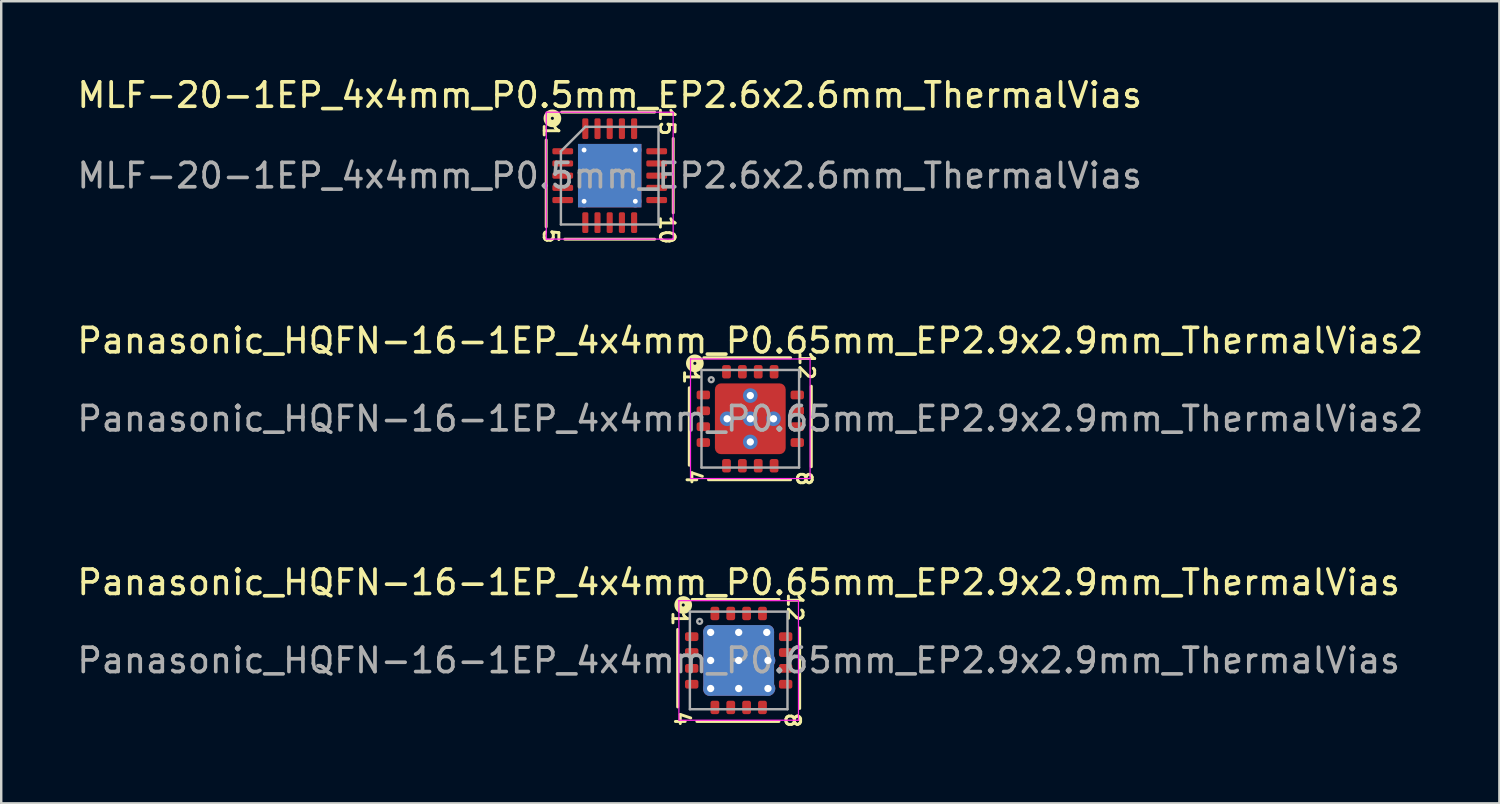
<source format=kicad_pcb>
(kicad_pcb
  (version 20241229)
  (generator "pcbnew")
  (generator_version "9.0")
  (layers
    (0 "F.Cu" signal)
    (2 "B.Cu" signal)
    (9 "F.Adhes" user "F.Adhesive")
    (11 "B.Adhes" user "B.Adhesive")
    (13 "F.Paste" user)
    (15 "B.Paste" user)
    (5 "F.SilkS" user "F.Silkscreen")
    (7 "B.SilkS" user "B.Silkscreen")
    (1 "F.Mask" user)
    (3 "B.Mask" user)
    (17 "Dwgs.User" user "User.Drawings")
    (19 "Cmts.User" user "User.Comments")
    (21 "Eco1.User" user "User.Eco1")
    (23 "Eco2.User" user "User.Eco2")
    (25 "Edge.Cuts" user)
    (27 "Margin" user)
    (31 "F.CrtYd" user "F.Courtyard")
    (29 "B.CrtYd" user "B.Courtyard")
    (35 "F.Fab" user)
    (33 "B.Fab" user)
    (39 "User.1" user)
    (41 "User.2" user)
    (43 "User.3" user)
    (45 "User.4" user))
  (footprint "MLF-20-1EP_4x4mm_P0.5mm_EP2.6x2.6mm_ThermalVias"
    (layer "F.Cu")
    (at 21.935 4.148)
    (property "Reference" "MLF-20-1EP_4x4mm_P0.5mm_EP2.6x2.6mm_ThermalVias" (at 0 -3.3 0) (layer "F.SilkS") (effects (font (size 1 1) (thickness 0.15))))
    (attr smd)
    (fp_line (start -2.603 2.095) (end -2.603 -1.46) (stroke (width 0.12) (type solid)) (layer "F.SilkS"))
    (fp_line (start -1.968 -2.603) (end 1.841 -2.603) (stroke (width 0.12) (type solid)) (layer "F.SilkS"))
    (fp_line (start 1.841 2.603) (end -1.841 2.603) (stroke (width 0.12) (type solid)) (layer "F.SilkS"))
    (fp_line (start 2.603 -1.524) (end 2.603 1.524) (stroke (width 0.12) (type solid)) (layer "F.SilkS"))
    (fp_circle (center -2.349 -2.349) (end -2.286 -2.349) (stroke (width 0.3) (type solid)) (fill no) (layer "F.SilkS"))
    (fp_line (start -2.6 -2.6) (end -2.6 2.6) (stroke (width 0.05) (type solid)) (layer "F.CrtYd"))
    (fp_line (start -2.6 2.6) (end 2.6 2.6) (stroke (width 0.05) (type solid)) (layer "F.CrtYd"))
    (fp_line (start 2.6 -2.6) (end -2.6 -2.6) (stroke (width 0.05) (type solid)) (layer "F.CrtYd"))
    (fp_line (start 2.6 2.6) (end 2.6 -2.6) (stroke (width 0.05) (type solid)) (layer "F.CrtYd"))
    (fp_line (start -2 -1) (end -1 -2) (stroke (width 0.1) (type solid)) (layer "F.Fab"))
    (fp_line (start -2 2) (end -2 -1) (stroke (width 0.1) (type solid)) (layer "F.Fab"))
    (fp_line (start -1 -2) (end 2 -2) (stroke (width 0.1) (type solid)) (layer "F.Fab"))
    (fp_line (start 2 -2) (end 2 2) (stroke (width 0.1) (type solid)) (layer "F.Fab"))
    (fp_line (start 2 2) (end -2 2) (stroke (width 0.1) (type solid)) (layer "F.Fab"))
    (fp_text user "15" (at 2.349 -2.223 270) (unlocked yes) (layer "F.SilkS") (effects (font (size 0.6 0.6) (thickness 0.12))))
    (fp_text user "10" (at 2.349 2.223 270) (unlocked yes) (layer "F.SilkS") (effects (font (size 0.6 0.6) (thickness 0.12))))
    (fp_text user "1" (at -2.413 -1.841 270) (unlocked yes) (layer "F.SilkS") (effects (font (size 0.6 0.6) (thickness 0.12))))
    (fp_text user "5" (at -2.413 2.477 270) (unlocked yes) (layer "F.SilkS") (effects (font (size 0.6 0.6) (thickness 0.12))))
    (fp_text user "${REFERENCE}" (at 0 0 0) (layer "F.Fab") (effects (font (size 1 1) (thickness 0.15))))
    (pad "" smd roundrect (at -0.65 -0.65) (size 1.13 1.13) (layers "F.Paste") (roundrect_rratio 0.221))
    (pad "" smd roundrect (at -0.65 0.65) (size 1.13 1.13) (layers "F.Paste") (roundrect_rratio 0.221))
    (pad "" smd roundrect (at 0.65 -0.65) (size 1.13 1.13) (layers "F.Paste") (roundrect_rratio 0.221))
    (pad "" smd roundrect (at 0.65 0.65) (size 1.13 1.13) (layers "F.Paste") (roundrect_rratio 0.221))
    (pad "1" smd roundrect (at -1.925 -1) (size 0.85 0.25) (layers "F.Cu" "F.Mask" "F.Paste") (roundrect_rratio 0.25))
    (pad "2" smd roundrect (at -1.925 -0.5) (size 0.85 0.25) (layers "F.Cu" "F.Mask" "F.Paste") (roundrect_rratio 0.25))
    (pad "3" smd roundrect (at -1.925 0) (size 0.85 0.25) (layers "F.Cu" "F.Mask" "F.Paste") (roundrect_rratio 0.25))
    (pad "4" smd roundrect (at -1.925 0.5) (size 0.85 0.25) (layers "F.Cu" "F.Mask" "F.Paste") (roundrect_rratio 0.25))
    (pad "5" smd roundrect (at -1.925 1) (size 0.85 0.25) (layers "F.Cu" "F.Mask" "F.Paste") (roundrect_rratio 0.25))
    (pad "6" smd roundrect (at -1 1.925) (size 0.25 0.85) (layers "F.Cu" "F.Mask" "F.Paste") (roundrect_rratio 0.25))
    (pad "7" smd roundrect (at -0.5 1.925) (size 0.25 0.85) (layers "F.Cu" "F.Mask" "F.Paste") (roundrect_rratio 0.25))
    (pad "8" smd roundrect (at 0 1.925) (size 0.25 0.85) (layers "F.Cu" "F.Mask" "F.Paste") (roundrect_rratio 0.25))
    (pad "9" smd roundrect (at 0.5 1.925) (size 0.25 0.85) (layers "F.Cu" "F.Mask" "F.Paste") (roundrect_rratio 0.25))
    (pad "10" smd roundrect (at 1 1.925) (size 0.25 0.85) (layers "F.Cu" "F.Mask" "F.Paste") (roundrect_rratio 0.25))
    (pad "11" smd roundrect (at 1.925 1) (size 0.85 0.25) (layers "F.Cu" "F.Mask" "F.Paste") (roundrect_rratio 0.25))
    (pad "12" smd roundrect (at 1.925 0.5) (size 0.85 0.25) (layers "F.Cu" "F.Mask" "F.Paste") (roundrect_rratio 0.25))
    (pad "13" smd roundrect (at 1.925 0) (size 0.85 0.25) (layers "F.Cu" "F.Mask" "F.Paste") (roundrect_rratio 0.25))
    (pad "14" smd roundrect (at 1.925 -0.5) (size 0.85 0.25) (layers "F.Cu" "F.Mask" "F.Paste") (roundrect_rratio 0.25))
    (pad "15" smd roundrect (at 1.925 -1) (size 0.85 0.25) (layers "F.Cu" "F.Mask" "F.Paste") (roundrect_rratio 0.25))
    (pad "16" smd roundrect (at 1 -1.925) (size 0.25 0.85) (layers "F.Cu" "F.Mask" "F.Paste") (roundrect_rratio 0.25))
    (pad "17" smd roundrect (at 0.5 -1.925) (size 0.25 0.85) (layers "F.Cu" "F.Mask" "F.Paste") (roundrect_rratio 0.25))
    (pad "18" smd roundrect (at 0 -1.925) (size 0.25 0.85) (layers "F.Cu" "F.Mask" "F.Paste") (roundrect_rratio 0.25))
    (pad "19" smd roundrect (at -0.5 -1.925) (size 0.25 0.85) (layers "F.Cu" "F.Mask" "F.Paste") (roundrect_rratio 0.25))
    (pad "20" smd roundrect (at -1 -1.925) (size 0.25 0.85) (layers "F.Cu" "F.Mask" "F.Paste") (roundrect_rratio 0.25))
    (pad "21" thru_hole circle (at -1.05 -1.05) (size 0.5 0.5) (drill 0.2) (layers "*.Cu"))
    (pad "21" thru_hole circle (at -1.05 1.05) (size 0.5 0.5) (drill 0.2) (layers "*.Cu"))
    (pad "21" smd rect (at 0 0) (size 2.6 2.6) (layers "F.Cu" "F.Mask"))
    (pad "21" smd rect (at 0 0) (size 2.6 2.6) (layers "B.Cu" "B.Mask"))
    (pad "21" thru_hole circle (at 1.05 -1.05) (size 0.5 0.5) (drill 0.2) (layers "*.Cu"))
    (pad "21" thru_hole circle (at 1.05 1.05) (size 0.5 0.5) (drill 0.2) (layers "*.Cu")))
  (footprint "Panasonic_HQFN-16-1EP_4x4mm_P0.65mm_EP2.9x2.9mm_ThermalVias"
    (layer "F.Cu")
    (at 27.22 24.014)
    (property "Reference" "Panasonic_HQFN-16-1EP_4x4mm_P0.65mm_EP2.9x2.9mm_ThermalVias" (at 0 -3.2 0) (layer "F.SilkS") (effects (font (size 1 1) (thickness 0.15))))
    (attr smd)
    (fp_line (start -2.5 -1.27) (end -2.5 1.905) (stroke (width 0.12) (type solid)) (layer "F.SilkS"))
    (fp_line (start -1.714 2.5) (end 1.651 2.5) (stroke (width 0.12) (type solid)) (layer "F.SilkS"))
    (fp_line (start 1.651 -2.5) (end -1.905 -2.5) (stroke (width 0.12) (type solid)) (layer "F.SilkS"))
    (fp_line (start 2.5 1.968) (end 2.5 -1.333) (stroke (width 0.12) (type solid)) (layer "F.SilkS"))
    (fp_circle (center -2.272 -2.272) (end -2.209 -2.272) (stroke (width 0.3) (type solid)) (fill no) (layer "F.SilkS"))
    (fp_line (start -2.45 -2.45) (end 2.45 -2.45) (stroke (width 0.05) (type solid)) (layer "F.CrtYd"))
    (fp_line (start -2.45 2.45) (end -2.45 -2.45) (stroke (width 0.05) (type solid)) (layer "F.CrtYd"))
    (fp_line (start -2.45 2.45) (end 2.45 2.45) (stroke (width 0.05) (type solid)) (layer "F.CrtYd"))
    (fp_line (start 2.45 -2.45) (end 2.45 2.45) (stroke (width 0.05) (type solid)) (layer "F.CrtYd"))
    (fp_line (start -2 -2) (end 2 -2) (stroke (width 0.1) (type solid)) (layer "F.Fab"))
    (fp_line (start -2 2) (end -2 -2) (stroke (width 0.1) (type solid)) (layer "F.Fab"))
    (fp_line (start 2 -2) (end 2 2) (stroke (width 0.1) (type solid)) (layer "F.Fab"))
    (fp_line (start 2 2) (end -2 2) (stroke (width 0.1) (type solid)) (layer "F.Fab"))
    (fp_circle (center -1.6 -1.6) (end -1.5 -1.6) (stroke (width 0.1) (type solid)) (fill no) (layer "F.Fab"))
    (fp_text user "4" (at -2.322 2.386 270) (unlocked yes) (layer "F.SilkS") (effects (font (size 0.6 0.6) (thickness 0.12))))
    (fp_text user "1" (at -2.422 -1.714 270) (unlocked yes) (layer "F.SilkS") (effects (font (size 0.6 0.6) (thickness 0.12))))
    (fp_text user "8" (at 2.209 2.45 270) (unlocked yes) (layer "F.SilkS") (effects (font (size 0.6 0.6) (thickness 0.12))))
    (fp_text user "12" (at 2.309 -2.182 270) (unlocked yes) (layer "F.SilkS") (effects (font (size 0.6 0.6) (thickness 0.12))))
    (fp_text user "${REFERENCE}" (at 0 0 0) (layer "F.Fab") (effects (font (size 1 1) (thickness 0.15))))
    (pad "" smd roundrect (at -0.725 -0.725) (size 1.05 1.05) (layers "F.Paste") (roundrect_rratio 0.238))
    (pad "" smd roundrect (at -0.725 0.725) (size 1.05 1.05) (layers "F.Paste") (roundrect_rratio 0.238))
    (pad "" smd roundrect (at 0.725 -0.725) (size 1.05 1.05) (layers "F.Paste") (roundrect_rratio 0.238))
    (pad "" smd roundrect (at 0.725 0.725) (size 1.05 1.05) (layers "F.Paste") (roundrect_rratio 0.238))
    (pad "1" smd roundrect (at -1.925 -0.975) (size 0.55 0.36) (layers "F.Cu" "F.Mask" "F.Paste") (roundrect_rratio 0.25))
    (pad "2" smd roundrect (at -1.925 -0.325) (size 0.55 0.36) (layers "F.Cu" "F.Mask" "F.Paste") (roundrect_rratio 0.25))
    (pad "3" smd roundrect (at -1.925 0.325) (size 0.55 0.36) (layers "F.Cu" "F.Mask" "F.Paste") (roundrect_rratio 0.25))
    (pad "4" smd roundrect (at -1.925 0.975) (size 0.55 0.36) (layers "F.Cu" "F.Mask" "F.Paste") (roundrect_rratio 0.25))
    (pad "5" smd roundrect (at -0.975 1.925) (size 0.36 0.55) (layers "F.Cu" "F.Mask" "F.Paste") (roundrect_rratio 0.25))
    (pad "6" smd roundrect (at -0.325 1.925) (size 0.36 0.55) (layers "F.Cu" "F.Mask" "F.Paste") (roundrect_rratio 0.25))
    (pad "7" smd roundrect (at 0.325 1.925) (size 0.36 0.55) (layers "F.Cu" "F.Mask" "F.Paste") (roundrect_rratio 0.25))
    (pad "8" smd roundrect (at 0.975 1.925) (size 0.36 0.55) (layers "F.Cu" "F.Mask" "F.Paste") (roundrect_rratio 0.25))
    (pad "9" smd roundrect (at 1.925 0.975) (size 0.55 0.36) (layers "F.Cu" "F.Mask" "F.Paste") (roundrect_rratio 0.25))
    (pad "10" smd roundrect (at 1.925 0.325) (size 0.55 0.36) (layers "F.Cu" "F.Mask" "F.Paste") (roundrect_rratio 0.25))
    (pad "11" smd roundrect (at 1.925 -0.325) (size 0.55 0.36) (layers "F.Cu" "F.Mask" "F.Paste") (roundrect_rratio 0.25))
    (pad "12" smd roundrect (at 1.925 -0.975) (size 0.55 0.36) (layers "F.Cu" "F.Mask" "F.Paste") (roundrect_rratio 0.25))
    (pad "13" smd roundrect (at 0.975 -1.925) (size 0.36 0.55) (layers "F.Cu" "F.Mask" "F.Paste") (roundrect_rratio 0.25))
    (pad "14" smd roundrect (at 0.325 -1.925) (size 0.36 0.55) (layers "F.Cu" "F.Mask" "F.Paste") (roundrect_rratio 0.25))
    (pad "15" smd roundrect (at -0.325 -1.925) (size 0.36 0.55) (layers "F.Cu" "F.Mask" "F.Paste") (roundrect_rratio 0.25))
    (pad "16" smd roundrect (at -0.975 -1.925) (size 0.36 0.55) (layers "F.Cu" "F.Mask" "F.Paste") (roundrect_rratio 0.25))
    (pad "17" thru_hole circle (at -1.15 -1.15) (size 0.6 0.6) (drill 0.3) (property pad_prop_heatsink) (layers "*.Cu"))
    (pad "17" thru_hole circle (at -1.15 0) (size 0.6 0.6) (drill 0.3) (property pad_prop_heatsink) (layers "*.Cu"))
    (pad "17" thru_hole circle (at -1.15 1.15) (size 0.6 0.6) (drill 0.3) (property pad_prop_heatsink) (layers "*.Cu"))
    (pad "17" thru_hole circle (at 0 -1.15) (size 0.6 0.6) (drill 0.3) (property pad_prop_heatsink) (layers "*.Cu"))
    (pad "17" thru_hole circle (at 0 0) (size 0.6 0.6) (drill 0.3) (property pad_prop_heatsink) (layers "*.Cu"))
    (pad "17" smd roundrect (at 0 0) (size 2.9 2.9) (layers "F.Cu" "F.Mask") (roundrect_rratio 0.086))
    (pad "17" smd roundrect (at 0 0) (size 2.9 2.9) (layers "B.Cu" "B.Mask") (roundrect_rratio 0.086))
    (pad "17" thru_hole circle (at 0 1.15) (size 0.6 0.6) (drill 0.3) (property pad_prop_heatsink) (layers "*.Cu"))
    (pad "17" thru_hole circle (at 1.15 -1.15) (size 0.6 0.6) (drill 0.3) (property pad_prop_heatsink) (layers "*.Cu"))
    (pad "17" thru_hole circle (at 1.2 0) (size 0.6 0.6) (drill 0.3) (property pad_prop_heatsink) (layers "*.Cu"))
    (pad "17" thru_hole circle (at 1.2 1.15) (size 0.6 0.6) (drill 0.3) (property pad_prop_heatsink) (layers "*.Cu")))
  (footprint "Panasonic_HQFN-16-1EP_4x4mm_P0.65mm_EP2.9x2.9mm_ThermalVias2"
    (layer "F.Cu")
    (at 27.696 14.11)
    (property "Reference" "Panasonic_HQFN-16-1EP_4x4mm_P0.65mm_EP2.9x2.9mm_ThermalVias2" (at 0 -3.2 0) (layer "F.SilkS") (effects (font (size 1 1) (thickness 0.15))))
    (attr smd)
    (fp_line (start -2.5 -1.27) (end -2.5 1.905) (stroke (width 0.12) (type solid)) (layer "F.SilkS"))
    (fp_line (start -1.714 2.5) (end 1.651 2.5) (stroke (width 0.12) (type solid)) (layer "F.SilkS"))
    (fp_line (start 1.651 -2.5) (end -1.905 -2.5) (stroke (width 0.12) (type solid)) (layer "F.SilkS"))
    (fp_line (start 2.5 1.968) (end 2.5 -1.333) (stroke (width 0.12) (type solid)) (layer "F.SilkS"))
    (fp_circle (center -2.272 -2.272) (end -2.209 -2.272) (stroke (width 0.3) (type solid)) (fill no) (layer "F.SilkS"))
    (fp_line (start -2.45 -2.45) (end 2.45 -2.45) (stroke (width 0.05) (type solid)) (layer "F.CrtYd"))
    (fp_line (start -2.45 2.45) (end -2.45 -2.45) (stroke (width 0.05) (type solid)) (layer "F.CrtYd"))
    (fp_line (start -2.45 2.45) (end 2.45 2.45) (stroke (width 0.05) (type solid)) (layer "F.CrtYd"))
    (fp_line (start 2.45 -2.45) (end 2.45 2.45) (stroke (width 0.05) (type solid)) (layer "F.CrtYd"))
    (fp_line (start -2 -2) (end 2 -2) (stroke (width 0.1) (type solid)) (layer "F.Fab"))
    (fp_line (start -2 2) (end -2 -2) (stroke (width 0.1) (type solid)) (layer "F.Fab"))
    (fp_line (start 2 -2) (end 2 2) (stroke (width 0.1) (type solid)) (layer "F.Fab"))
    (fp_line (start 2 2) (end -2 2) (stroke (width 0.1) (type solid)) (layer "F.Fab"))
    (fp_circle (center -1.6 -1.6) (end -1.5 -1.6) (stroke (width 0.1) (type solid)) (fill no) (layer "F.Fab"))
    (fp_text user "1" (at -2.422 -1.714 270) (unlocked yes) (layer "F.SilkS") (effects (font (size 0.6 0.6) (thickness 0.12))))
    (fp_text user "12" (at 2.309 -2.182 270) (unlocked yes) (layer "F.SilkS") (effects (font (size 0.6 0.6) (thickness 0.12))))
    (fp_text user "8" (at 2.209 2.45 270) (unlocked yes) (layer "F.SilkS") (effects (font (size 0.6 0.6) (thickness 0.12))))
    (fp_text user "4" (at -2.322 2.386 270) (unlocked yes) (layer "F.SilkS") (effects (font (size 0.6 0.6) (thickness 0.12))))
    (fp_text user "${REFERENCE}" (at 0 0 0) (layer "F.Fab") (effects (font (size 1 1) (thickness 0.15))))
    (pad "" smd roundrect (at -0.825 -0.825) (size 0.75 0.75) (layers "F.Paste") (roundrect_rratio 0.25))
    (pad "" smd roundrect (at -0.825 -0.825) (size 1.05 1.05) (layers "F.Mask") (roundrect_rratio 0.238))
    (pad "" smd roundrect (at -0.825 0.825) (size 0.75 0.75) (layers "F.Paste") (roundrect_rratio 0.25))
    (pad "" smd roundrect (at -0.825 0.825) (size 1.05 1.05) (layers "F.Mask") (roundrect_rratio 0.238))
    (pad "" smd roundrect (at 0.825 -0.825) (size 0.75 0.75) (layers "F.Paste") (roundrect_rratio 0.25))
    (pad "" smd roundrect (at 0.825 -0.825) (size 1.05 1.05) (layers "F.Mask") (roundrect_rratio 0.238))
    (pad "" smd roundrect (at 0.825 0.825) (size 0.75 0.75) (layers "F.Paste") (roundrect_rratio 0.25))
    (pad "" smd roundrect (at 0.825 0.825) (size 1.05 1.05) (layers "F.Mask") (roundrect_rratio 0.238))
    (pad "1" smd roundrect (at -1.925 -0.975) (size 0.55 0.36) (layers "F.Cu" "F.Mask" "F.Paste") (roundrect_rratio 0.25))
    (pad "2" smd roundrect (at -1.925 -0.325) (size 0.55 0.36) (layers "F.Cu" "F.Mask" "F.Paste") (roundrect_rratio 0.25))
    (pad "3" smd roundrect (at -1.925 0.325) (size 0.55 0.36) (layers "F.Cu" "F.Mask" "F.Paste") (roundrect_rratio 0.25))
    (pad "4" smd roundrect (at -1.925 0.975) (size 0.55 0.36) (layers "F.Cu" "F.Mask" "F.Paste") (roundrect_rratio 0.25))
    (pad "5" smd roundrect (at -0.975 1.925) (size 0.36 0.55) (layers "F.Cu" "F.Mask" "F.Paste") (roundrect_rratio 0.25))
    (pad "6" smd roundrect (at -0.325 1.925) (size 0.36 0.55) (layers "F.Cu" "F.Mask" "F.Paste") (roundrect_rratio 0.25))
    (pad "7" smd roundrect (at 0.325 1.925) (size 0.36 0.55) (layers "F.Cu" "F.Mask" "F.Paste") (roundrect_rratio 0.25))
    (pad "8" smd roundrect (at 0.975 1.925) (size 0.36 0.55) (layers "F.Cu" "F.Mask" "F.Paste") (roundrect_rratio 0.25))
    (pad "9" smd roundrect (at 1.925 0.975) (size 0.55 0.36) (layers "F.Cu" "F.Mask" "F.Paste") (roundrect_rratio 0.25))
    (pad "10" smd roundrect (at 1.925 0.325) (size 0.55 0.36) (layers "F.Cu" "F.Mask" "F.Paste") (roundrect_rratio 0.25))
    (pad "11" smd roundrect (at 1.925 -0.325) (size 0.55 0.36) (layers "F.Cu" "F.Mask" "F.Paste") (roundrect_rratio 0.25))
    (pad "12" smd roundrect (at 1.925 -0.975) (size 0.55 0.36) (layers "F.Cu" "F.Mask" "F.Paste") (roundrect_rratio 0.25))
    (pad "13" smd roundrect (at 0.975 -1.925) (size 0.36 0.55) (layers "F.Cu" "F.Mask" "F.Paste") (roundrect_rratio 0.25))
    (pad "14" smd roundrect (at 0.325 -1.925) (size 0.36 0.55) (layers "F.Cu" "F.Mask" "F.Paste") (roundrect_rratio 0.25))
    (pad "15" smd roundrect (at -0.325 -1.925) (size 0.36 0.55) (layers "F.Cu" "F.Mask" "F.Paste") (roundrect_rratio 0.25))
    (pad "16" smd roundrect (at -0.975 -1.925) (size 0.36 0.55) (layers "F.Cu" "F.Mask" "F.Paste") (roundrect_rratio 0.25))
    (pad "17" thru_hole circle (at -0.95 0) (size 0.6 0.6) (drill 0.3) (property pad_prop_heatsink) (layers "*.Cu" "*.Mask"))
    (pad "17" thru_hole circle (at 0 -0.95) (size 0.6 0.6) (drill 0.3) (property pad_prop_heatsink) (layers "*.Cu" "*.Mask"))
    (pad "17" thru_hole circle (at 0 0) (size 0.6 0.6) (drill 0.3) (property pad_prop_heatsink) (layers "*.Cu" "*.Mask"))
    (pad "17" smd roundrect (at 0 0) (size 2.9 2.9) (layers "F.Cu") (roundrect_rratio 0.086))
    (pad "17" thru_hole circle (at 0 0.95) (size 0.6 0.6) (drill 0.3) (property pad_prop_heatsink) (layers "*.Cu" "*.Mask"))
    (pad "17" thru_hole circle (at 0.95 0) (size 0.6 0.6) (drill 0.3) (property pad_prop_heatsink) (layers "*.Cu" "*.Mask")))
  (gr_rect
    (start -3 -3)
    (end 58.393 29.869)
    (stroke (width 0.1) (type default))
    (fill no)
    (layer "Edge.Cuts")))
</source>
